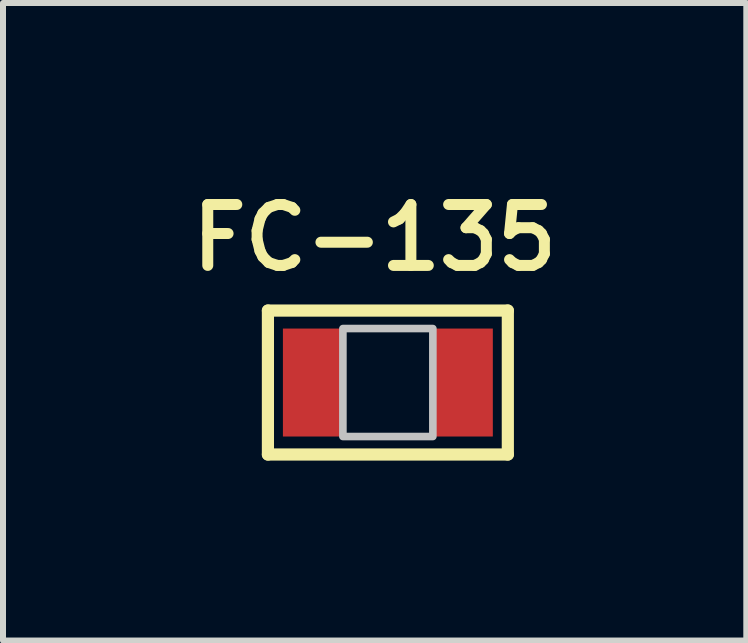
<source format=kicad_pcb>
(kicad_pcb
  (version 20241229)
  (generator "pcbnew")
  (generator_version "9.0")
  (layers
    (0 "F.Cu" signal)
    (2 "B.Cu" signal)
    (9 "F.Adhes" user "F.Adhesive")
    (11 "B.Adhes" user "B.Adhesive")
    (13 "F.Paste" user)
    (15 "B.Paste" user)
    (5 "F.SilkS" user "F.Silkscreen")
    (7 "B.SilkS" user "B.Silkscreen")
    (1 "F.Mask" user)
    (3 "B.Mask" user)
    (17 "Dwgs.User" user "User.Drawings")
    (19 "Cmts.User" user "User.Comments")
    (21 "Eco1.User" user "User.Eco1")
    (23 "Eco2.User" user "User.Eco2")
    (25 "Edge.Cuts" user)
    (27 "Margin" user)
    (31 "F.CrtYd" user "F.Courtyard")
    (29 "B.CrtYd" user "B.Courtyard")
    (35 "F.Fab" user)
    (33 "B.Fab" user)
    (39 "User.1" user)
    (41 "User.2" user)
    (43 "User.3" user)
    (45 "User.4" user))
  (footprint "FC-135"
    (layer "F.Cu")
    (at 3.417 3.328)
    (property "Reference" "FC-135" (at -0.221 -2.413 0) (layer "F.SilkS") (effects (font (size 1.016 1.016) (thickness 0.183))))
    (attr through_hole)
    (fp_line (start -2 -1.2) (end 2 -1.2) (stroke (width 0.203) (type solid)) (layer "F.SilkS"))
    (fp_line (start -2 1.2) (end -2 -1.2) (stroke (width 0.203) (type solid)) (layer "F.SilkS"))
    (fp_line (start 2 -1.2) (end 2 1.2) (stroke (width 0.203) (type solid)) (layer "F.SilkS"))
    (fp_line (start 2 1.2) (end -2 1.2) (stroke (width 0.203) (type solid)) (layer "F.SilkS"))
    (fp_poly (pts (xy -0.75 -0.9) (xy 0.75 -0.9) (xy 0.75 0.9) (xy -0.75 0.9)) (stroke (width 0.127) (type solid)) (fill no) (layer "Dwgs.User"))
    (pad "1" smd rect (at -1.25 0) (size 1 1.8) (layers "F.Cu" "F.Mask" "F.Paste"))
    (pad "2" smd rect (at 1.25 0) (size 1 1.8) (layers "F.Cu" "F.Mask" "F.Paste")))
  (gr_rect
    (start -3 -3)
    (end 9.393 7.63)
    (stroke (width 0.1) (type default))
    (fill no)
    (layer "Edge.Cuts")))
</source>
